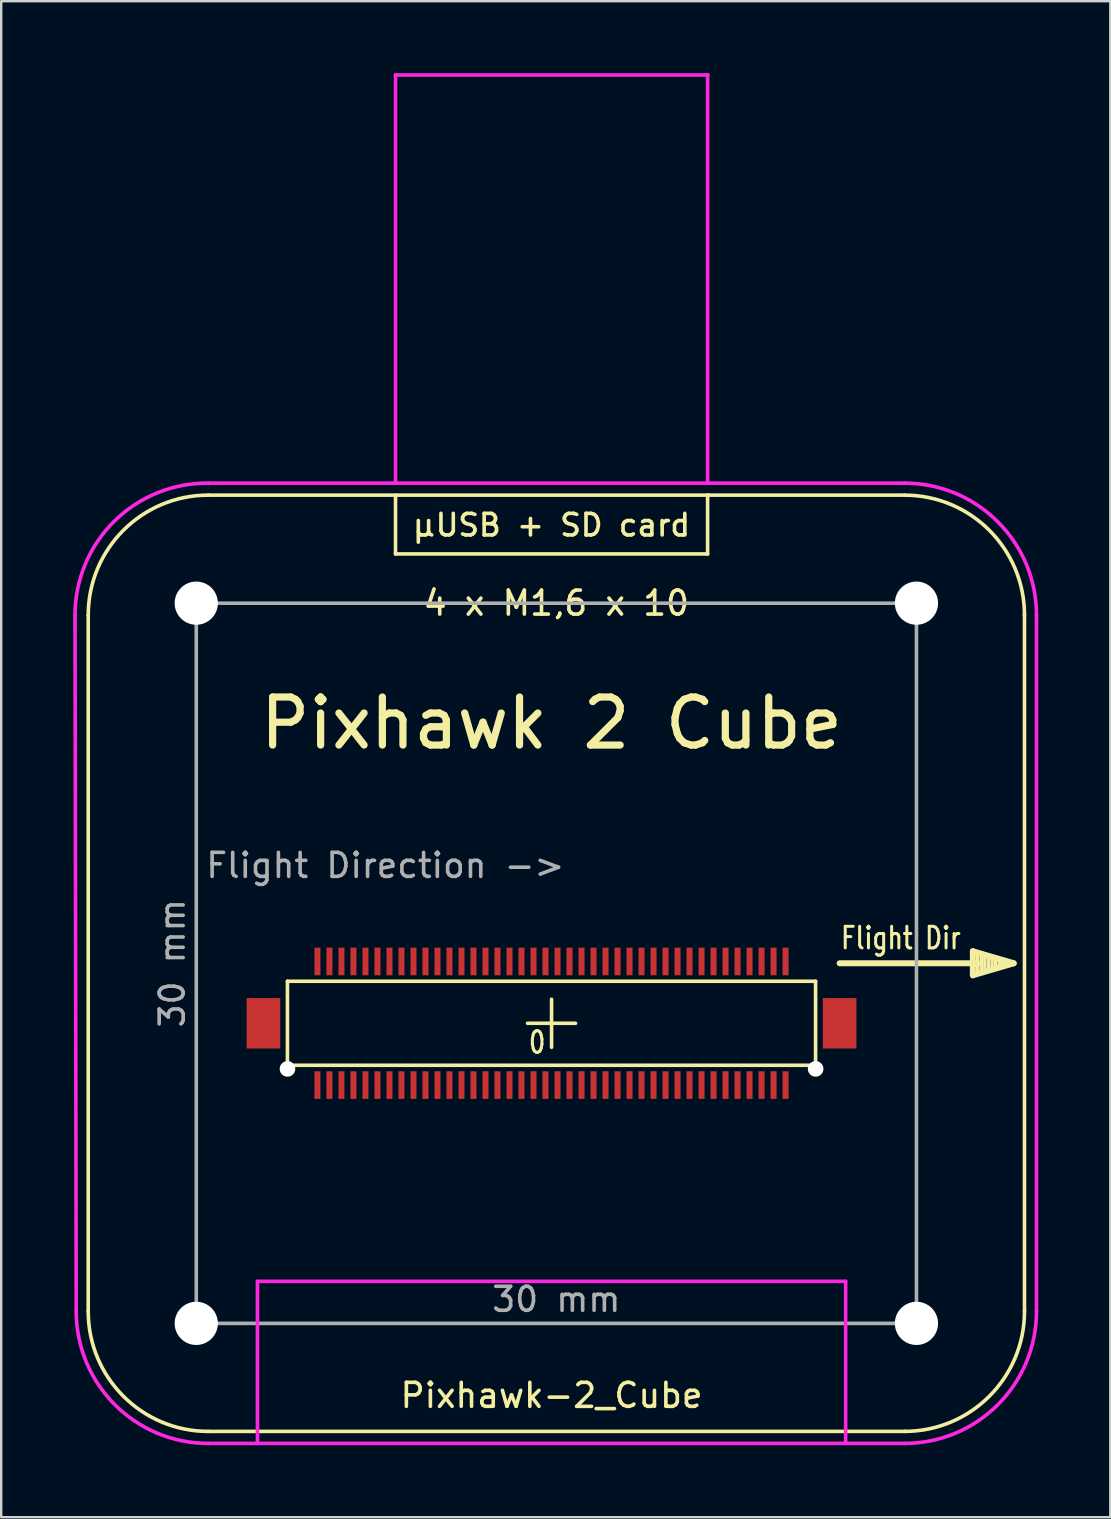
<source format=kicad_pcb>
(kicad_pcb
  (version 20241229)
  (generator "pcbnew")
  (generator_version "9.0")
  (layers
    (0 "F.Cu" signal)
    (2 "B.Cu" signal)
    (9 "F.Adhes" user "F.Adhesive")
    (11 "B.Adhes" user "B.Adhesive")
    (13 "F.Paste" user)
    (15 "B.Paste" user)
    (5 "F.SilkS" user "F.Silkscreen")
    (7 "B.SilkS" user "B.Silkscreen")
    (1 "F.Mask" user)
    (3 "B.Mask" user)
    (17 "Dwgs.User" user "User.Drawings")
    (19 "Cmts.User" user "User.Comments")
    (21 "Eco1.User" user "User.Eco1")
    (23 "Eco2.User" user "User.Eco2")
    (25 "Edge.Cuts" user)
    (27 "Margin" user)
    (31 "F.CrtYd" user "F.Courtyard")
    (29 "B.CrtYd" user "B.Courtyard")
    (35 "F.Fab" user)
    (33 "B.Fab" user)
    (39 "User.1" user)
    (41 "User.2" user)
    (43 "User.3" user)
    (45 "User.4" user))
  (footprint "Pixhawk-2_Cube"
    (layer "F.Cu")
    (at 19.925 39.575)
    (property "Reference" "Pixhawk-2_Cube" (at 0 15.5 0) (layer "F.SilkS") (effects (font (size 1 1) (thickness 0.15))))
    (attr smd)
    (fp_line (start -19.3 12) (end -19.3 -17) (stroke (width 0.15) (type solid)) (layer "F.SilkS"))
    (fp_line (start -14.3 17) (end 14.7 17) (stroke (width 0.15) (type solid)) (layer "F.SilkS"))
    (fp_line (start -11.002 -1.75) (end -11.002 1.75) (stroke (width 0.15) (type solid)) (layer "F.SilkS"))
    (fp_line (start -11.002 1.75) (end 10.998 1.75) (stroke (width 0.15) (type solid)) (layer "F.SilkS"))
    (fp_line (start -6.5 -22) (end -6.5 -19.55) (stroke (width 0.15) (type solid)) (layer "F.SilkS"))
    (fp_line (start -6.5 -19.55) (end 6.5 -19.55) (stroke (width 0.15) (type solid)) (layer "F.SilkS"))
    (fp_line (start -1 0) (end 1 0) (stroke (width 0.15) (type solid)) (layer "F.SilkS"))
    (fp_line (start 0 -1) (end 0 1) (stroke (width 0.15) (type solid)) (layer "F.SilkS"))
    (fp_line (start 6.5 -39.5) (end 6.5 -39.5) (stroke (width 0.15) (type solid)) (layer "F.SilkS"))
    (fp_line (start 6.5 -22) (end 6.5 -22) (stroke (width 0.15) (type solid)) (layer "F.SilkS"))
    (fp_line (start 6.5 -19.55) (end 6.5 -22) (stroke (width 0.15) (type solid)) (layer "F.SilkS"))
    (fp_line (start 10.998 -1.75) (end -11.002 -1.75) (stroke (width 0.15) (type solid)) (layer "F.SilkS"))
    (fp_line (start 10.998 1.75) (end 10.998 -1.75) (stroke (width 0.15) (type solid)) (layer "F.SilkS"))
    (fp_line (start 14.7 -22) (end -14.3 -22) (stroke (width 0.15) (type solid)) (layer "F.SilkS"))
    (fp_line (start 17.55 -3) (end 17.55 -2) (stroke (width 0.25) (type solid)) (layer "F.SilkS"))
    (fp_line (start 17.55 -2) (end 19.25 -2.5) (stroke (width 0.25) (type solid)) (layer "F.SilkS"))
    (fp_line (start 17.75 -2.85) (end 17.75 -2.15) (stroke (width 0.15) (type solid)) (layer "F.SilkS"))
    (fp_line (start 17.75 -2.5) (end 12 -2.5) (stroke (width 0.25) (type solid)) (layer "F.SilkS"))
    (fp_line (start 17.9 -2.8) (end 17.9 -2.2) (stroke (width 0.15) (type solid)) (layer "F.SilkS"))
    (fp_line (start 18.05 -2.75) (end 18.05 -2.25) (stroke (width 0.15) (type solid)) (layer "F.SilkS"))
    (fp_line (start 18.2 -2.7) (end 18.2 -2.3) (stroke (width 0.15) (type solid)) (layer "F.SilkS"))
    (fp_line (start 18.35 -2.65) (end 18.35 -2.35) (stroke (width 0.15) (type solid)) (layer "F.SilkS"))
    (fp_line (start 18.5 -2.6) (end 18.5 -2.4) (stroke (width 0.15) (type solid)) (layer "F.SilkS"))
    (fp_line (start 18.65 -2.6) (end 18.65 -2.4) (stroke (width 0.15) (type solid)) (layer "F.SilkS"))
    (fp_line (start 18.85 -2.5) (end 18.7 -2.5) (stroke (width 0.15) (type solid)) (layer "F.SilkS"))
    (fp_line (start 19.25 -2.5) (end 17.55 -3) (stroke (width 0.25) (type solid)) (layer "F.SilkS"))
    (fp_line (start 19.7 -17) (end 19.7 12) (stroke (width 0.15) (type solid)) (layer "F.SilkS"))
    (fp_arc (start -19.3 -17) (mid -17.835534 -20.535534) (end -14.3 -22) (stroke (width 0.15) (type solid)) (layer "F.SilkS"))
    (fp_arc (start -14.3 17) (mid -17.835534 15.535534) (end -19.3 12) (stroke (width 0.15) (type solid)) (layer "F.SilkS"))
    (fp_arc (start 14.7 -22) (mid 18.235534 -20.535534) (end 19.7 -17) (stroke (width 0.15) (type solid)) (layer "F.SilkS"))
    (fp_arc (start 19.7 12) (mid 18.235534 15.535534) (end 14.7 17) (stroke (width 0.15) (type solid)) (layer "F.SilkS"))
    (fp_line (start 0 10) (end -14.8 10) (stroke (width 0.15) (type solid)) (layer "Eco1.User"))
    (fp_line (start 10.25 0) (end 10.25 12.5) (stroke (width 0.15) (type solid)) (layer "Eco1.User"))
    (fp_line (start -19.8 12) (end -19.85 -17) (stroke (width 0.15) (type solid)) (layer "F.CrtYd"))
    (fp_line (start -14.3 -22.5) (end 14.7 -22.5) (stroke (width 0.15) (type solid)) (layer "F.CrtYd"))
    (fp_line (start -12.25 17.5) (end -12.25 10.75) (stroke (width 0.15) (type solid)) (layer "F.CrtYd"))
    (fp_line (start -6.5 -39.5) (end 6.5 -39.5) (stroke (width 0.15) (type solid)) (layer "F.CrtYd"))
    (fp_line (start -6.5 -22.5) (end -6.5 -39.5) (stroke (width 0.15) (type solid)) (layer "F.CrtYd"))
    (fp_line (start 6.5 -22.5) (end 6.5 -39.5) (stroke (width 0.15) (type solid)) (layer "F.CrtYd"))
    (fp_line (start 12.25 10.75) (end -12.25 10.75) (stroke (width 0.15) (type solid)) (layer "F.CrtYd"))
    (fp_line (start 12.25 17.5) (end 12.25 10.75) (stroke (width 0.15) (type solid)) (layer "F.CrtYd"))
    (fp_line (start 14.7 17.5) (end -14.3 17.5) (stroke (width 0.15) (type solid)) (layer "F.CrtYd"))
    (fp_line (start 20.2 -17) (end 20.2 12) (stroke (width 0.15) (type solid)) (layer "F.CrtYd"))
    (fp_arc (start -19.850227 -17) (mid -18.22153 -20.906885) (end -14.3 -22.5) (stroke (width 0.15) (type solid)) (layer "F.CrtYd"))
    (fp_arc (start -14.3 17.5) (mid -18.189087 15.889087) (end -19.8 12) (stroke (width 0.15) (type solid)) (layer "F.CrtYd"))
    (fp_arc (start 14.7 -22.5) (mid 18.589087 -20.889087) (end 20.2 -17) (stroke (width 0.15) (type solid)) (layer "F.CrtYd"))
    (fp_arc (start 20.2 12) (mid 18.589087 15.889087) (end 14.7 17.5) (stroke (width 0.15) (type solid)) (layer "F.CrtYd"))
    (fp_line (start -14.8 -17.5) (end 15.2 -17.5) (stroke (width 0.15) (type solid)) (layer "F.Fab"))
    (fp_line (start -14.8 12.5) (end -14.8 -17.5) (stroke (width 0.15) (type solid)) (layer "F.Fab"))
    (fp_line (start 15.2 -17.5) (end 15.2 12.5) (stroke (width 0.15) (type solid)) (layer "F.Fab"))
    (fp_line (start 15.2 12.5) (end -14.8 12.5) (stroke (width 0.15) (type solid)) (layer "F.Fab"))
    (fp_text user "4 x M1,6 x 10" (at 0.2 -17.5 0) (layer "F.SilkS") (effects (font (size 1 1) (thickness 0.15))))
    (fp_text user "µUSB + SD card" (at 0 -20.75 0) (layer "F.SilkS") (effects (font (size 0.9 0.9) (thickness 0.15))))
    (fp_text user "0" (at -0.6 0.8 0) (layer "F.SilkS") (effects (font (size 0.9 0.7) (thickness 0.125))))
    (fp_text user "Pixhawk 2 Cube" (at 0 -12.5 0) (layer "F.SilkS") (effects (font (size 2 2) (thickness 0.3))))
    (fp_text user "Flight Dir" (at 14.55 -3.55 0) (layer "F.SilkS") (effects (font (size 0.9 0.7) (thickness 0.125))))
    (fp_text user "12,5 mm" (at 9 8 90) (layer "Eco1.User") (effects (font (size 1 1) (thickness 0.15))))
    (fp_text user "14,8 mm" (at -8 8.95 0) (layer "Eco1.User") (effects (font (size 1 1) (thickness 0.15))))
    (fp_text user "30 mm" (at 0.2 11.5 0) (layer "F.Fab") (effects (font (size 1 1) (thickness 0.15))))
    (fp_text user "30 mm" (at -15.8 -2.5 90) (layer "F.Fab") (effects (font (size 1 1) (thickness 0.15))))
    (fp_text user "Flight Direction ->" (at -6.925 -6.575 0) (layer "F.Fab") (effects (font (size 1 1) (thickness 0.15))))
    (pad "" np_thru_hole circle (at -14.8 -17.5 90) (size 1.8 1.8) (drill 1.8) (layers "*.Cu" "*.Mask"))
    (pad "" np_thru_hole circle (at -14.8 12.5 90) (size 1.8 1.8) (drill 1.8) (layers "*.Cu" "*.Mask"))
    (pad "" np_thru_hole circle (at -11 1.9) (size 0.65 0.65) (drill 0.65) (layers "*.Cu" "*.Mask"))
    (pad "" np_thru_hole circle (at 11 1.9) (size 0.65 0.65) (drill 0.65) (layers "*.Cu" "*.Mask"))
    (pad "" np_thru_hole circle (at 15.2 -17.5 90) (size 1.8 1.8) (drill 1.8) (layers "*.Cu" "*.Mask"))
    (pad "" np_thru_hole circle (at 15.2 12.5 90) (size 1.8 1.8) (drill 1.8) (layers "*.Cu" "*.Mask"))
    (pad "0" smd rect (at -12.001 0.00028) (size 1.4 2.1) (layers "F.Cu" "F.Mask" "F.Paste"))
    (pad "0" smd rect (at 11.999 0) (size 1.4 2.1) (layers "F.Cu" "F.Mask" "F.Paste"))
    (pad "1" smd rect (at 9.748 -2.575) (size 0.25 1.15) (layers "F.Cu" "F.Mask" "F.Paste"))
    (pad "2" smd rect (at 9.748 2.575) (size 0.25 1.15) (layers "F.Cu" "F.Mask" "F.Paste"))
    (pad "3" smd rect (at 9.248 -2.575) (size 0.25 1.15) (layers "F.Cu" "F.Mask" "F.Paste"))
    (pad "4" smd rect (at 9.248 2.575) (size 0.25 1.15) (layers "F.Cu" "F.Mask" "F.Paste"))
    (pad "5" smd rect (at 8.748 -2.575) (size 0.25 1.15) (layers "F.Cu" "F.Mask" "F.Paste"))
    (pad "6" smd rect (at 8.748 2.575) (size 0.25 1.15) (layers "F.Cu" "F.Mask" "F.Paste"))
    (pad "7" smd rect (at 8.248 -2.575) (size 0.25 1.15) (layers "F.Cu" "F.Mask" "F.Paste"))
    (pad "8" smd rect (at 8.248 2.575) (size 0.25 1.15) (layers "F.Cu" "F.Mask" "F.Paste"))
    (pad "9" smd rect (at 7.748 -2.575) (size 0.25 1.15) (layers "F.Cu" "F.Mask" "F.Paste"))
    (pad "10" smd rect (at 7.748 2.575) (size 0.25 1.15) (layers "F.Cu" "F.Mask" "F.Paste"))
    (pad "11" smd rect (at 7.248 -2.575) (size 0.25 1.15) (layers "F.Cu" "F.Mask" "F.Paste"))
    (pad "12" smd rect (at 7.248 2.575) (size 0.25 1.15) (layers "F.Cu" "F.Mask" "F.Paste"))
    (pad "13" smd rect (at 6.748 -2.575) (size 0.25 1.15) (layers "F.Cu" "F.Mask" "F.Paste"))
    (pad "14" smd rect (at 6.748 2.575) (size 0.25 1.15) (layers "F.Cu" "F.Mask" "F.Paste"))
    (pad "15" smd rect (at 6.248 -2.575) (size 0.25 1.15) (layers "F.Cu" "F.Mask" "F.Paste"))
    (pad "16" smd rect (at 6.248 2.575) (size 0.25 1.15) (layers "F.Cu" "F.Mask" "F.Paste"))
    (pad "17" smd rect (at 5.748 -2.575) (size 0.25 1.15) (layers "F.Cu" "F.Mask" "F.Paste"))
    (pad "18" smd rect (at 5.748 2.575) (size 0.25 1.15) (layers "F.Cu" "F.Mask" "F.Paste"))
    (pad "19" smd rect (at 5.248 -2.575) (size 0.25 1.15) (layers "F.Cu" "F.Mask" "F.Paste"))
    (pad "20" smd rect (at 5.248 2.575) (size 0.25 1.15) (layers "F.Cu" "F.Mask" "F.Paste"))
    (pad "21" smd rect (at 4.748 -2.575) (size 0.25 1.15) (layers "F.Cu" "F.Mask" "F.Paste"))
    (pad "22" smd rect (at 4.748 2.575) (size 0.25 1.15) (layers "F.Cu" "F.Mask" "F.Paste"))
    (pad "23" smd rect (at 4.248 -2.575) (size 0.25 1.15) (layers "F.Cu" "F.Mask" "F.Paste"))
    (pad "24" smd rect (at 4.248 2.575) (size 0.25 1.15) (layers "F.Cu" "F.Mask" "F.Paste"))
    (pad "25" smd rect (at 3.748 -2.575) (size 0.25 1.15) (layers "F.Cu" "F.Mask" "F.Paste"))
    (pad "26" smd rect (at 3.748 2.575) (size 0.25 1.15) (layers "F.Cu" "F.Mask" "F.Paste"))
    (pad "27" smd rect (at 3.248 -2.575) (size 0.25 1.15) (layers "F.Cu" "F.Mask" "F.Paste"))
    (pad "28" smd rect (at 3.248 2.575) (size 0.25 1.15) (layers "F.Cu" "F.Mask" "F.Paste"))
    (pad "29" smd rect (at 2.748 -2.575) (size 0.25 1.15) (layers "F.Cu" "F.Mask" "F.Paste"))
    (pad "30" smd rect (at 2.748 2.575) (size 0.25 1.15) (layers "F.Cu" "F.Mask" "F.Paste"))
    (pad "31" smd rect (at 2.248 -2.575) (size 0.25 1.15) (layers "F.Cu" "F.Mask" "F.Paste"))
    (pad "32" smd rect (at 2.248 2.575) (size 0.25 1.15) (layers "F.Cu" "F.Mask" "F.Paste"))
    (pad "33" smd rect (at 1.748 -2.575) (size 0.25 1.15) (layers "F.Cu" "F.Mask" "F.Paste"))
    (pad "34" smd rect (at 1.748 2.575) (size 0.25 1.15) (layers "F.Cu" "F.Mask" "F.Paste"))
    (pad "35" smd rect (at 1.248 -2.575) (size 0.25 1.15) (layers "F.Cu" "F.Mask" "F.Paste"))
    (pad "36" smd rect (at 1.248 2.575) (size 0.25 1.15) (layers "F.Cu" "F.Mask" "F.Paste"))
    (pad "37" smd rect (at 0.748 -2.575) (size 0.25 1.15) (layers "F.Cu" "F.Mask" "F.Paste"))
    (pad "38" smd rect (at 0.748 2.575) (size 0.25 1.15) (layers "F.Cu" "F.Mask" "F.Paste"))
    (pad "39" smd rect (at 0.248 -2.575) (size 0.25 1.15) (layers "F.Cu" "F.Mask" "F.Paste"))
    (pad "40" smd rect (at 0.248 2.575) (size 0.25 1.15) (layers "F.Cu" "F.Mask" "F.Paste"))
    (pad "41" smd rect (at -0.252 -2.575) (size 0.25 1.15) (layers "F.Cu" "F.Mask" "F.Paste"))
    (pad "42" smd rect (at -0.252 2.575) (size 0.25 1.15) (layers "F.Cu" "F.Mask" "F.Paste"))
    (pad "43" smd rect (at -0.752 -2.575) (size 0.25 1.15) (layers "F.Cu" "F.Mask" "F.Paste"))
    (pad "44" smd rect (at -0.752 2.575) (size 0.25 1.15) (layers "F.Cu" "F.Mask" "F.Paste"))
    (pad "45" smd rect (at -1.252 -2.575) (size 0.25 1.15) (layers "F.Cu" "F.Mask" "F.Paste"))
    (pad "46" smd rect (at -1.252 2.575) (size 0.25 1.15) (layers "F.Cu" "F.Mask" "F.Paste"))
    (pad "47" smd rect (at -1.752 -2.575) (size 0.25 1.15) (layers "F.Cu" "F.Mask" "F.Paste"))
    (pad "48" smd rect (at -1.752 2.575) (size 0.25 1.15) (layers "F.Cu" "F.Mask" "F.Paste"))
    (pad "49" smd rect (at -2.252 -2.575) (size 0.25 1.15) (layers "F.Cu" "F.Mask" "F.Paste"))
    (pad "50" smd rect (at -2.252 2.575) (size 0.25 1.15) (layers "F.Cu" "F.Mask" "F.Paste"))
    (pad "51" smd rect (at -2.752 -2.575) (size 0.25 1.15) (layers "F.Cu" "F.Mask" "F.Paste"))
    (pad "52" smd rect (at -2.752 2.575) (size 0.25 1.15) (layers "F.Cu" "F.Mask" "F.Paste"))
    (pad "53" smd rect (at -3.252 -2.575) (size 0.25 1.15) (layers "F.Cu" "F.Mask" "F.Paste"))
    (pad "54" smd rect (at -3.252 2.575) (size 0.25 1.15) (layers "F.Cu" "F.Mask" "F.Paste"))
    (pad "55" smd rect (at -3.752 -2.575) (size 0.25 1.15) (layers "F.Cu" "F.Mask" "F.Paste"))
    (pad "56" smd rect (at -3.752 2.575) (size 0.25 1.15) (layers "F.Cu" "F.Mask" "F.Paste"))
    (pad "57" smd rect (at -4.252 -2.575) (size 0.25 1.15) (layers "F.Cu" "F.Mask" "F.Paste"))
    (pad "58" smd rect (at -4.252 2.575) (size 0.25 1.15) (layers "F.Cu" "F.Mask" "F.Paste"))
    (pad "59" smd rect (at -4.752 -2.575) (size 0.25 1.15) (layers "F.Cu" "F.Mask" "F.Paste"))
    (pad "60" smd rect (at -4.752 2.575) (size 0.25 1.15) (layers "F.Cu" "F.Mask" "F.Paste"))
    (pad "61" smd rect (at -5.252 -2.575) (size 0.25 1.15) (layers "F.Cu" "F.Mask" "F.Paste"))
    (pad "62" smd rect (at -5.252 2.575) (size 0.25 1.15) (layers "F.Cu" "F.Mask" "F.Paste"))
    (pad "63" smd rect (at -5.752 -2.575) (size 0.25 1.15) (layers "F.Cu" "F.Mask" "F.Paste"))
    (pad "64" smd rect (at -5.752 2.575) (size 0.25 1.15) (layers "F.Cu" "F.Mask" "F.Paste"))
    (pad "65" smd rect (at -6.252 -2.575) (size 0.25 1.15) (layers "F.Cu" "F.Mask" "F.Paste"))
    (pad "66" smd rect (at -6.252 2.575) (size 0.25 1.15) (layers "F.Cu" "F.Mask" "F.Paste"))
    (pad "67" smd rect (at -6.752 -2.575) (size 0.25 1.15) (layers "F.Cu" "F.Mask" "F.Paste"))
    (pad "68" smd rect (at -6.752 2.575) (size 0.25 1.15) (layers "F.Cu" "F.Mask" "F.Paste"))
    (pad "69" smd rect (at -7.252 -2.575) (size 0.25 1.15) (layers "F.Cu" "F.Mask" "F.Paste"))
    (pad "70" smd rect (at -7.252 2.575) (size 0.25 1.15) (layers "F.Cu" "F.Mask" "F.Paste"))
    (pad "71" smd rect (at -7.752 -2.575) (size 0.25 1.15) (layers "F.Cu" "F.Mask" "F.Paste"))
    (pad "72" smd rect (at -7.752 2.575) (size 0.25 1.15) (layers "F.Cu" "F.Mask" "F.Paste"))
    (pad "73" smd rect (at -8.252 -2.575) (size 0.25 1.15) (layers "F.Cu" "F.Mask" "F.Paste"))
    (pad "74" smd rect (at -8.252 2.575) (size 0.25 1.15) (layers "F.Cu" "F.Mask" "F.Paste"))
    (pad "75" smd rect (at -8.752 -2.575) (size 0.25 1.15) (layers "F.Cu" "F.Mask" "F.Paste"))
    (pad "76" smd rect (at -8.752 2.575) (size 0.25 1.15) (layers "F.Cu" "F.Mask" "F.Paste"))
    (pad "77" smd rect (at -9.252 -2.575) (size 0.25 1.15) (layers "F.Cu" "F.Mask" "F.Paste"))
    (pad "78" smd rect (at -9.252 2.575) (size 0.25 1.15) (layers "F.Cu" "F.Mask" "F.Paste"))
    (pad "79" smd rect (at -9.752 -2.575) (size 0.25 1.15) (layers "F.Cu" "F.Mask" "F.Paste"))
    (pad "80" smd rect (at -9.752 2.575) (size 0.25 1.15) (layers "F.Cu" "F.Mask" "F.Paste")))
  (gr_rect
    (start -3 -3)
    (end 43.2 60.15)
    (stroke (width 0.1) (type default))
    (fill no)
    (layer "Edge.Cuts")))
</source>
